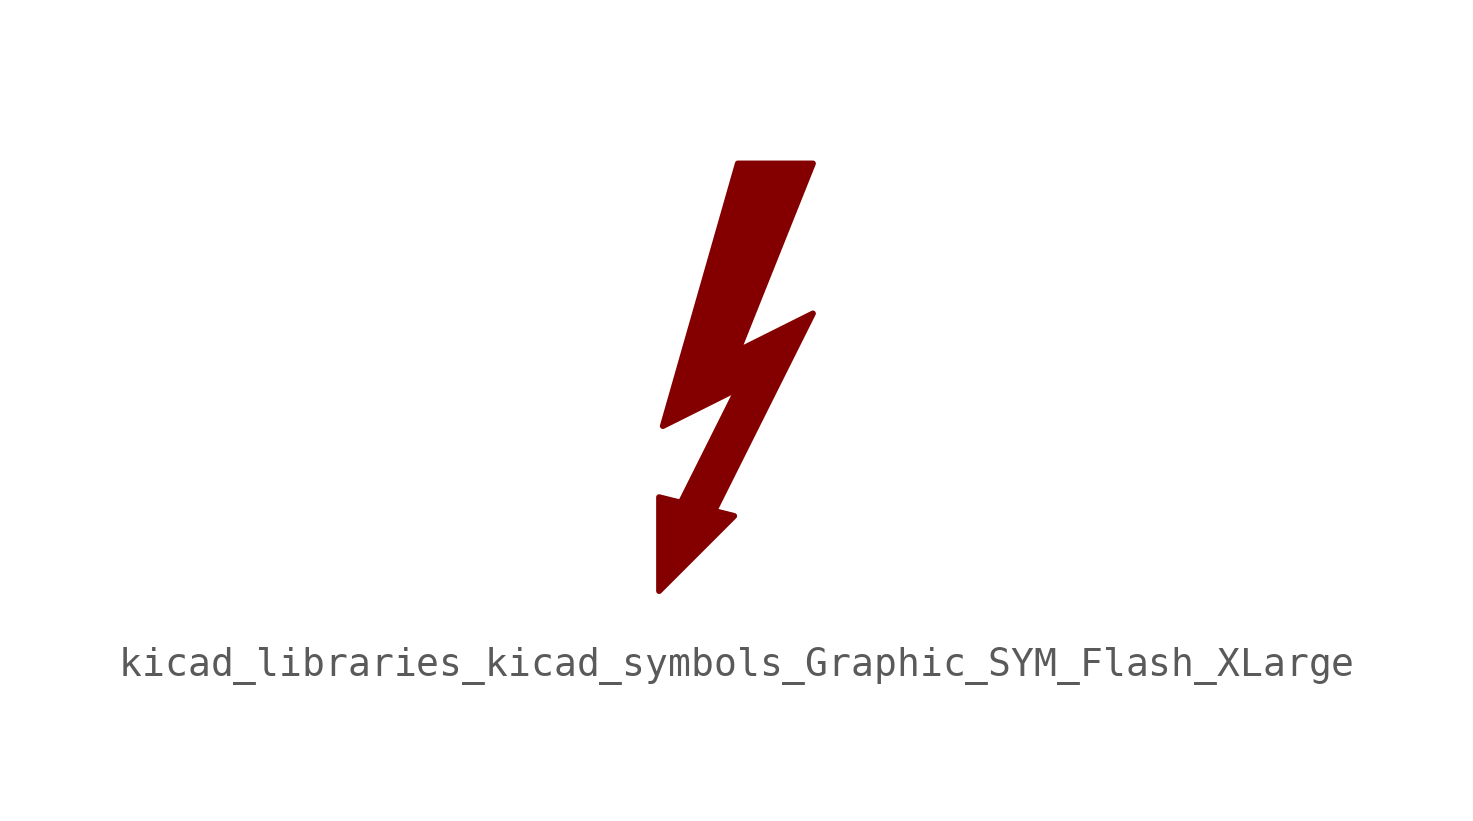
<source format=kicad_sym>
(kicad_symbol_lib
  (version 20220914)
  (generator kicad_symbol_editor)
  (symbol "kicad_libraries_kicad_symbols_Graphic_SYM_Flash_XLarge"
    (property "Reference" "#SYM"
      (at -3.81 0 90)
      (effects (font (size 1.27 1.27)) hide))
    (symbol "kicad_libraries_kicad_symbols_Graphic_SYM_Flash_XLarge_0_1"
      (polyline (pts (xy -0.127 -3.683) (xy -2.667 -3.048) (xy -2.667 -6.223) (xy -0.127 -3.683)) (stroke (width 0.203) (type default)) (fill (type outline)))
      (polyline (pts (xy 0 8.255) (xy 1.27 8.255) (xy 2.54 8.255) (xy 0 1.905) (xy 2.54 3.175) (xy -1.27 -4.445) (xy -2.54 -4.445) (xy 0 0.635) (xy -2.54 -0.635) (xy 0 8.255)) (stroke (width 0.203) (type default)) (fill (type outline))))))
</source>
